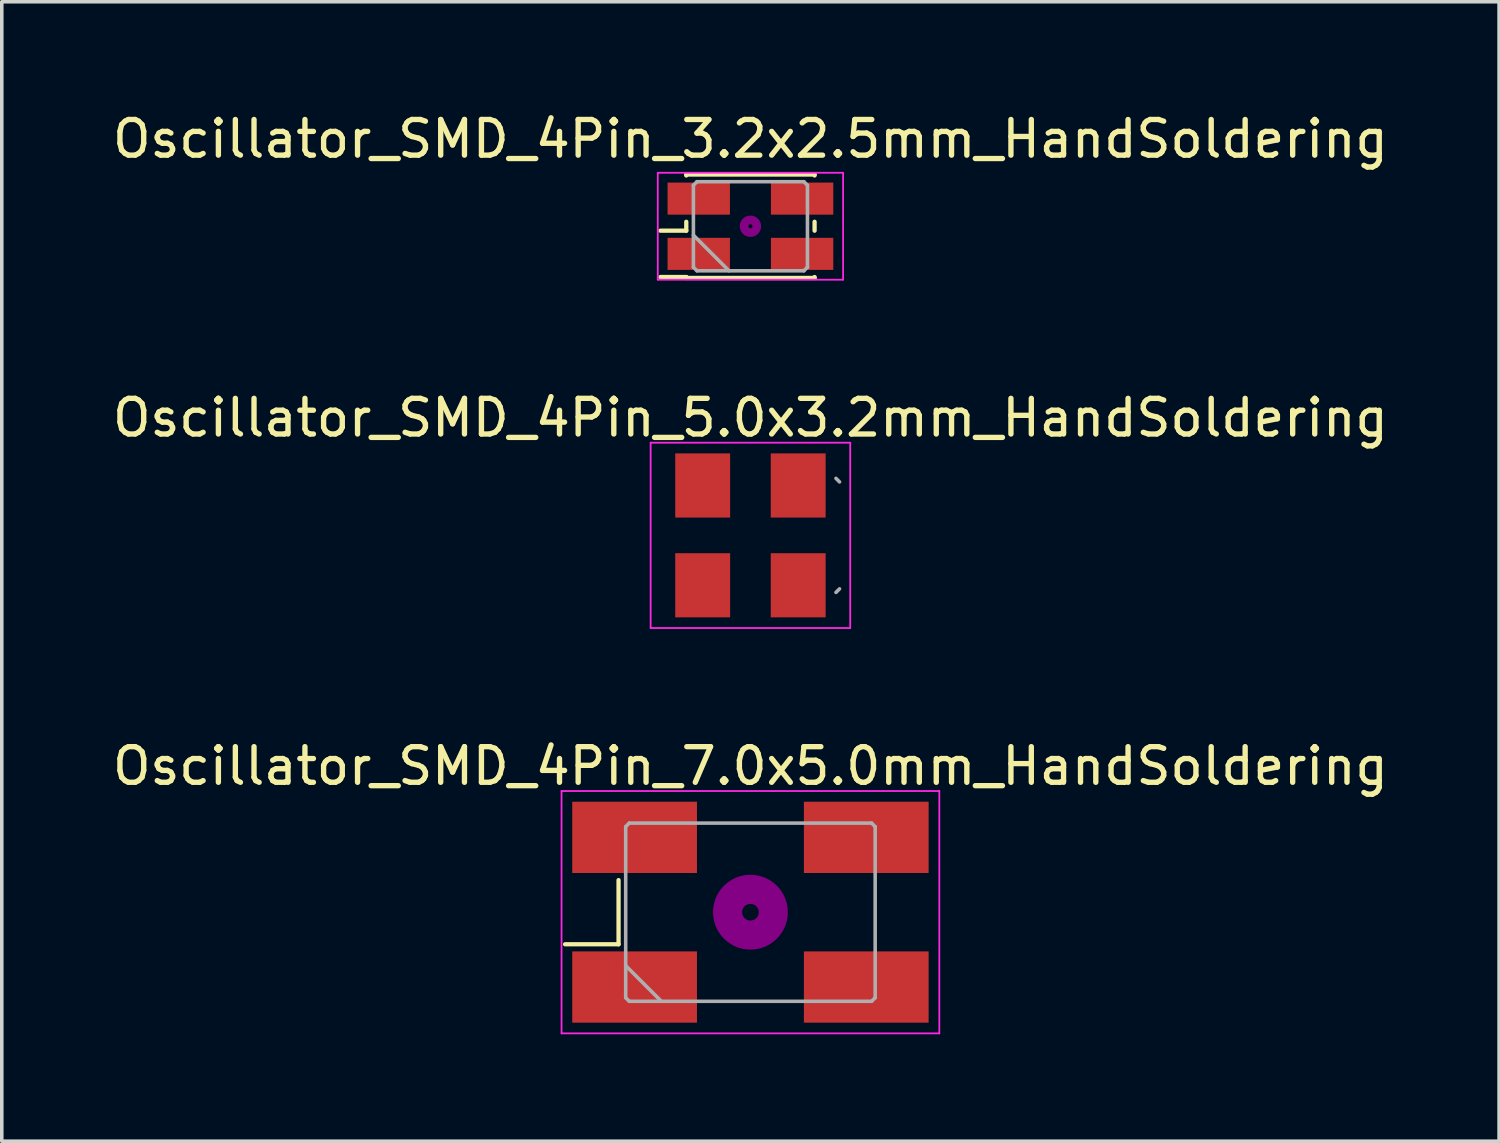
<source format=kicad_pcb>
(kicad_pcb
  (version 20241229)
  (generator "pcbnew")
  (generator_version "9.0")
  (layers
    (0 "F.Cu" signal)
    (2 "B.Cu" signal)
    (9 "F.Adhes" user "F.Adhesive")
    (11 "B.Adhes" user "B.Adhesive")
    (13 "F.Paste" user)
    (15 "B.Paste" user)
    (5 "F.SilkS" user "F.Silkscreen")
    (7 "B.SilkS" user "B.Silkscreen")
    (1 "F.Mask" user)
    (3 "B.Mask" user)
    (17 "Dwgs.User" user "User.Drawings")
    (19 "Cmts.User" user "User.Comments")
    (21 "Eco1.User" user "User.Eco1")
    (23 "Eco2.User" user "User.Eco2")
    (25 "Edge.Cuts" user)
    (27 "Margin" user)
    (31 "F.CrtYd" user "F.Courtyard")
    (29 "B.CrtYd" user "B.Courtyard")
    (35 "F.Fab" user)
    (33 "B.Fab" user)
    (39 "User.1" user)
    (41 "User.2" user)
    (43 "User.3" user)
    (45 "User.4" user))
  (footprint "Oscillator_SMD_4Pin_7.0x5.0mm_HandSoldering"
    (layer "F.Cu")
    (at 18.006 22.545)
    (property "Reference" "Oscillator_SMD_4Pin_7.0x5.0mm_HandSoldering" (at 0 -4.1 0) (layer "F.SilkS") (effects (font (size 1 1) (thickness 0.15))))
    (attr smd)
    (fp_line (start -5.2 0.9) (end -3.7 0.9) (stroke (width 0.12) (type solid)) (layer "F.SilkS"))
    (fp_line (start -3.7 0.9) (end -3.7 -0.9) (stroke (width 0.12) (type solid)) (layer "F.SilkS"))
    (fp_circle (center 0 0) (end 0.233 0) (stroke (width 0.467) (type solid)) (fill no) (layer "F.Adhes"))
    (fp_circle (center 0 0) (end 0.533 0) (stroke (width 0.333) (type solid)) (fill no) (layer "F.Adhes"))
    (fp_circle (center 0 0) (end 0.833 0) (stroke (width 0.333) (type solid)) (fill no) (layer "F.Adhes"))
    (fp_circle (center 0 0) (end 1 0) (stroke (width 0.1) (type solid)) (fill no) (layer "F.Adhes"))
    (fp_line (start -5.3 -3.4) (end -5.3 3.4) (stroke (width 0.05) (type solid)) (layer "F.CrtYd"))
    (fp_line (start -5.3 3.4) (end 5.3 3.4) (stroke (width 0.05) (type solid)) (layer "F.CrtYd"))
    (fp_line (start 5.3 -3.4) (end -5.3 -3.4) (stroke (width 0.05) (type solid)) (layer "F.CrtYd"))
    (fp_line (start 5.3 3.4) (end 5.3 -3.4) (stroke (width 0.05) (type solid)) (layer "F.CrtYd"))
    (fp_line (start -3.5 -2.4) (end -3.4 -2.5) (stroke (width 0.1) (type solid)) (layer "F.Fab"))
    (fp_line (start -3.5 1.5) (end -2.5 2.5) (stroke (width 0.1) (type solid)) (layer "F.Fab"))
    (fp_line (start -3.5 2.4) (end -3.5 -2.4) (stroke (width 0.1) (type solid)) (layer "F.Fab"))
    (fp_line (start -3.4 -2.5) (end 3.4 -2.5) (stroke (width 0.1) (type solid)) (layer "F.Fab"))
    (fp_line (start -3.4 2.5) (end -3.5 2.4) (stroke (width 0.1) (type solid)) (layer "F.Fab"))
    (fp_line (start 3.4 -2.5) (end 3.5 -2.4) (stroke (width 0.1) (type solid)) (layer "F.Fab"))
    (fp_line (start 3.4 2.5) (end -3.4 2.5) (stroke (width 0.1) (type solid)) (layer "F.Fab"))
    (fp_line (start 3.5 -2.4) (end 3.5 2.4) (stroke (width 0.1) (type solid)) (layer "F.Fab"))
    (fp_line (start 3.5 2.4) (end 3.4 2.5) (stroke (width 0.1) (type solid)) (layer "F.Fab"))
    (pad "1" smd rect (at -3.25 2.1) (size 3.5 2) (layers "F.Cu" "F.Mask" "F.Paste"))
    (pad "2" smd rect (at 3.25 2.1) (size 3.5 2) (layers "F.Cu" "F.Mask" "F.Paste"))
    (pad "3" smd rect (at 3.25 -2.1) (size 3.5 2) (layers "F.Cu" "F.Mask" "F.Paste"))
    (pad "4" smd rect (at -3.25 -2.1) (size 3.5 2) (layers "F.Cu" "F.Mask" "F.Paste")))
  (footprint "Oscillator_SMD_4Pin_5.0x3.2mm_HandSoldering"
    (layer "F.Cu")
    (at 18.006 11.972)
    (property "Reference" "Oscillator_SMD_4Pin_5.0x3.2mm_HandSoldering" (at 0 -3.3 0) (layer "F.SilkS") (effects (font (size 1 1) (thickness 0.15))))
    (attr smd)
    (fp_line (start -2.8 -2.6) (end -2.8 2.6) (stroke (width 0.05) (type solid)) (layer "F.CrtYd"))
    (fp_line (start -2.8 2.6) (end 2.8 2.6) (stroke (width 0.05) (type solid)) (layer "F.CrtYd"))
    (fp_line (start 2.8 -2.6) (end -2.8 -2.6) (stroke (width 0.05) (type solid)) (layer "F.CrtYd"))
    (fp_line (start 2.8 2.6) (end 2.8 -2.6) (stroke (width 0.05) (type solid)) (layer "F.CrtYd"))
    (fp_line (start 2.4 -1.6) (end 2.5 -1.5) (stroke (width 0.1) (type solid)) (layer "F.Fab"))
    (fp_line (start 2.5 1.5) (end 2.4 1.6) (stroke (width 0.1) (type solid)) (layer "F.Fab"))
    (pad "1" smd rect (at -1.34 1.4) (size 1.54 1.8) (layers "F.Cu" "F.Mask" "F.Paste"))
    (pad "2" smd rect (at 1.34 1.4) (size 1.54 1.8) (layers "F.Cu" "F.Mask" "F.Paste"))
    (pad "3" smd rect (at 1.34 -1.4) (size 1.54 1.8) (layers "F.Cu" "F.Mask" "F.Paste"))
    (pad "4" smd rect (at -1.34 -1.4) (size 1.54 1.8) (layers "F.Cu" "F.Mask" "F.Paste")))
  (footprint "Oscillator_SMD_4Pin_3.2x2.5mm_HandSoldering"
    (layer "F.Cu")
    (at 18.006 3.298)
    (property "Reference" "Oscillator_SMD_4Pin_3.2x2.5mm_HandSoldering" (at 0 -2.45 0) (layer "F.SilkS") (effects (font (size 1 1) (thickness 0.15))))
    (attr smd)
    (fp_line (start -2.525 0.125) (end -1.8 0.125) (stroke (width 0.12) (type solid)) (layer "F.SilkS"))
    (fp_line (start -2.525 1.425) (end -1.8 1.425) (stroke (width 0.12) (type solid)) (layer "F.SilkS"))
    (fp_line (start -1.8 -1.45) (end 1.8 -1.45) (stroke (width 0.12) (type solid)) (layer "F.SilkS"))
    (fp_line (start -1.8 -1.425) (end -1.8 -1.45) (stroke (width 0.12) (type solid)) (layer "F.SilkS"))
    (fp_line (start -1.8 0.125) (end -1.8 -0.125) (stroke (width 0.12) (type solid)) (layer "F.SilkS"))
    (fp_line (start -1.8 1.425) (end -1.8 1.45) (stroke (width 0.12) (type solid)) (layer "F.SilkS"))
    (fp_line (start -1.8 1.45) (end 1.8 1.45) (stroke (width 0.12) (type solid)) (layer "F.SilkS"))
    (fp_line (start 1.8 -1.45) (end 1.8 -1.425) (stroke (width 0.12) (type solid)) (layer "F.SilkS"))
    (fp_line (start 1.8 -0.125) (end 1.8 0.125) (stroke (width 0.12) (type solid)) (layer "F.SilkS"))
    (fp_line (start 1.8 1.45) (end 1.8 1.425) (stroke (width 0.12) (type solid)) (layer "F.SilkS"))
    (fp_circle (center 0 0) (end 0.058 0) (stroke (width 0.117) (type solid)) (fill no) (layer "F.Adhes"))
    (fp_circle (center 0 0) (end 0.133 0) (stroke (width 0.083) (type solid)) (fill no) (layer "F.Adhes"))
    (fp_circle (center 0 0) (end 0.208 0) (stroke (width 0.083) (type solid)) (fill no) (layer "F.Adhes"))
    (fp_circle (center 0 0) (end 0.25 0) (stroke (width 0.1) (type solid)) (fill no) (layer "F.Adhes"))
    (fp_line (start -2.6 -1.5) (end -2.6 1.5) (stroke (width 0.05) (type solid)) (layer "F.CrtYd"))
    (fp_line (start -2.6 1.5) (end 2.6 1.5) (stroke (width 0.05) (type solid)) (layer "F.CrtYd"))
    (fp_line (start 2.6 -1.5) (end -2.6 -1.5) (stroke (width 0.05) (type solid)) (layer "F.CrtYd"))
    (fp_line (start 2.6 1.5) (end 2.6 -1.5) (stroke (width 0.05) (type solid)) (layer "F.CrtYd"))
    (fp_line (start -1.6 -1.15) (end -1.5 -1.25) (stroke (width 0.1) (type solid)) (layer "F.Fab"))
    (fp_line (start -1.6 0.25) (end -0.6 1.25) (stroke (width 0.1) (type solid)) (layer "F.Fab"))
    (fp_line (start -1.6 1.15) (end -1.6 -1.15) (stroke (width 0.1) (type solid)) (layer "F.Fab"))
    (fp_line (start -1.5 -1.25) (end 1.5 -1.25) (stroke (width 0.1) (type solid)) (layer "F.Fab"))
    (fp_line (start -1.5 1.25) (end -1.6 1.15) (stroke (width 0.1) (type solid)) (layer "F.Fab"))
    (fp_line (start 1.5 -1.25) (end 1.6 -1.15) (stroke (width 0.1) (type solid)) (layer "F.Fab"))
    (fp_line (start 1.5 1.25) (end -1.5 1.25) (stroke (width 0.1) (type solid)) (layer "F.Fab"))
    (fp_line (start 1.6 -1.15) (end 1.6 1.15) (stroke (width 0.1) (type solid)) (layer "F.Fab"))
    (fp_line (start 1.6 1.15) (end 1.5 1.25) (stroke (width 0.1) (type solid)) (layer "F.Fab"))
    (pad "1" smd rect (at -1.45 0.775) (size 1.75 0.9) (layers "F.Cu" "F.Mask" "F.Paste"))
    (pad "2" smd rect (at 1.45 0.775) (size 1.75 0.9) (layers "F.Cu" "F.Mask" "F.Paste"))
    (pad "3" smd rect (at 1.45 -0.775) (size 1.75 0.9) (layers "F.Cu" "F.Mask" "F.Paste"))
    (pad "4" smd rect (at -1.45 -0.775) (size 1.75 0.9) (layers "F.Cu" "F.Mask" "F.Paste")))
  (gr_rect
    (start -3 -3)
    (end 39.012 28.97)
    (stroke (width 0.1) (type default))
    (fill no)
    (layer "Edge.Cuts")))
</source>
